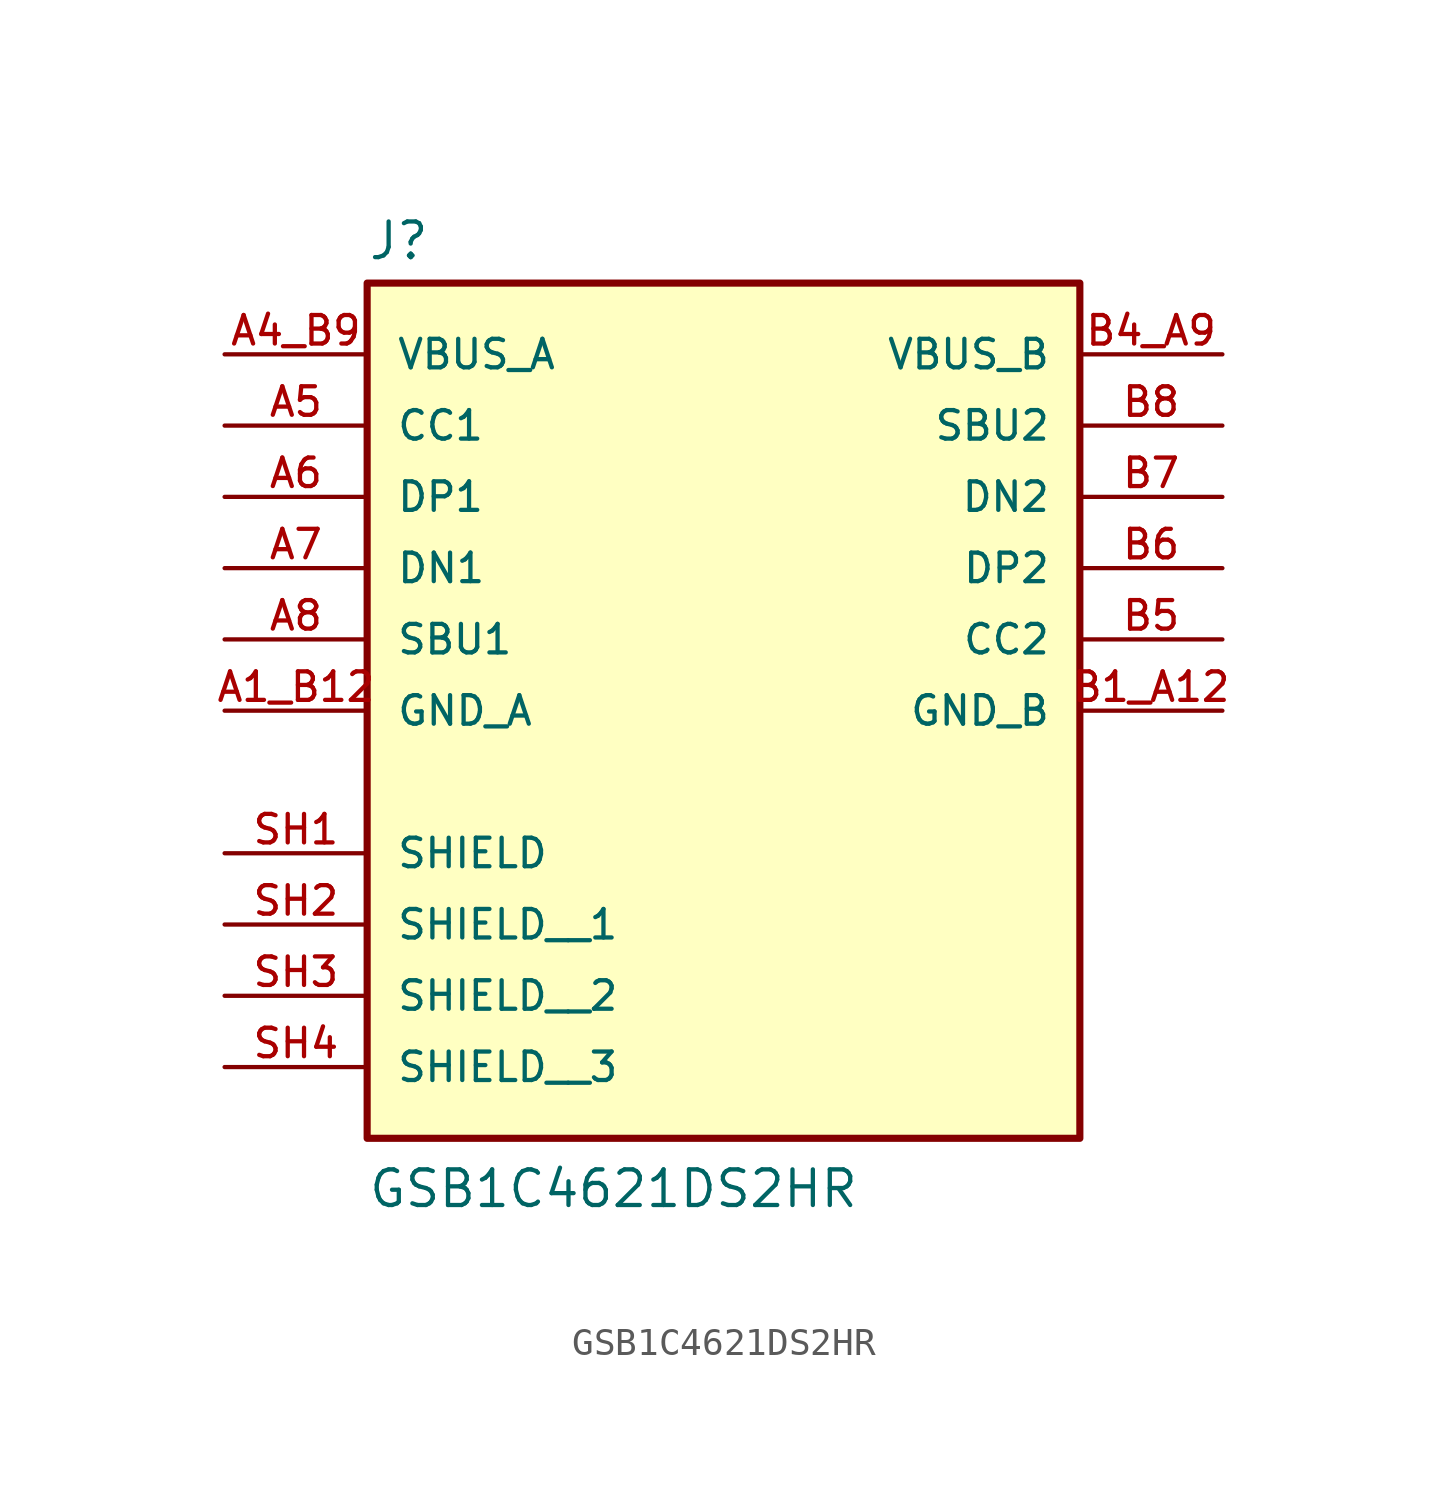
<source format=kicad_sym>
(kicad_symbol_lib
  (version 20211014)
  (generator kicad_symbol_editor)
  (symbol "GSB1C4621DS2HR"
    (pin_names
      (offset 1.016))
    (property "Reference" "J"
      (at -12.7 10.922 0)
      (effects (font (size 1.27 1.27)) (justify bottom left)))
    (property "Value" "GSB1C4621DS2HR"
      (at -12.7 -22.86 0)
      (effects (font (size 1.27 1.27)) (justify bottom left)))
    (symbol "GSB1C4621DS2HR_0_0"
      (rectangle (start -12.7 -20.32) (end 12.7 10.16) (stroke (width 0.254)) (fill (type background)))
      (pin power_in line (at -17.78 -5.08 0) (length 5.08) (name "GND_A" (effects (font (size 1.016 1.016)))) (number "A1_B12" (effects (font (size 1.016 1.016)))))
      (pin power_in line (at -17.78 7.62 0) (length 5.08) (name "VBUS_A" (effects (font (size 1.016 1.016)))) (number "A4_B9" (effects (font (size 1.016 1.016)))))
      (pin bidirectional line (at -17.78 2.54 0) (length 5.08) (name "DP1" (effects (font (size 1.016 1.016)))) (number "A6" (effects (font (size 1.016 1.016)))))
      (pin bidirectional line (at -17.78 5.08 0) (length 5.08) (name "CC1" (effects (font (size 1.016 1.016)))) (number "A5" (effects (font (size 1.016 1.016)))))
      (pin bidirectional line (at -17.78 -2.54 0) (length 5.08) (name "SBU1" (effects (font (size 1.016 1.016)))) (number "A8" (effects (font (size 1.016 1.016)))))
      (pin bidirectional line (at -17.78 0.0 0) (length 5.08) (name "DN1" (effects (font (size 1.016 1.016)))) (number "A7" (effects (font (size 1.016 1.016)))))
      (pin passive line (at -17.78 -10.16 0) (length 5.08) (name "SHIELD" (effects (font (size 1.016 1.016)))) (number "SH1" (effects (font (size 1.016 1.016)))))
      (pin power_in line (at 17.78 -5.08 180.0) (length 5.08) (name "GND_B" (effects (font (size 1.016 1.016)))) (number "B1_A12" (effects (font (size 1.016 1.016)))))
      (pin power_in line (at 17.78 7.62 180.0) (length 5.08) (name "VBUS_B" (effects (font (size 1.016 1.016)))) (number "B4_A9" (effects (font (size 1.016 1.016)))))
      (pin bidirectional line (at 17.78 0.0 180.0) (length 5.08) (name "DP2" (effects (font (size 1.016 1.016)))) (number "B6" (effects (font (size 1.016 1.016)))))
      (pin bidirectional line (at 17.78 -2.54 180.0) (length 5.08) (name "CC2" (effects (font (size 1.016 1.016)))) (number "B5" (effects (font (size 1.016 1.016)))))
      (pin bidirectional line (at 17.78 5.08 180.0) (length 5.08) (name "SBU2" (effects (font (size 1.016 1.016)))) (number "B8" (effects (font (size 1.016 1.016)))))
      (pin bidirectional line (at 17.78 2.54 180.0) (length 5.08) (name "DN2" (effects (font (size 1.016 1.016)))) (number "B7" (effects (font (size 1.016 1.016)))))
      (pin passive line (at -17.78 -12.7 0) (length 5.08) (name "SHIELD__1" (effects (font (size 1.016 1.016)))) (number "SH2" (effects (font (size 1.016 1.016)))))
      (pin passive line (at -17.78 -15.24 0) (length 5.08) (name "SHIELD__2" (effects (font (size 1.016 1.016)))) (number "SH3" (effects (font (size 1.016 1.016)))))
      (pin passive line (at -17.78 -17.78 0) (length 5.08) (name "SHIELD__3" (effects (font (size 1.016 1.016)))) (number "SH4" (effects (font (size 1.016 1.016))))))))
</source>
